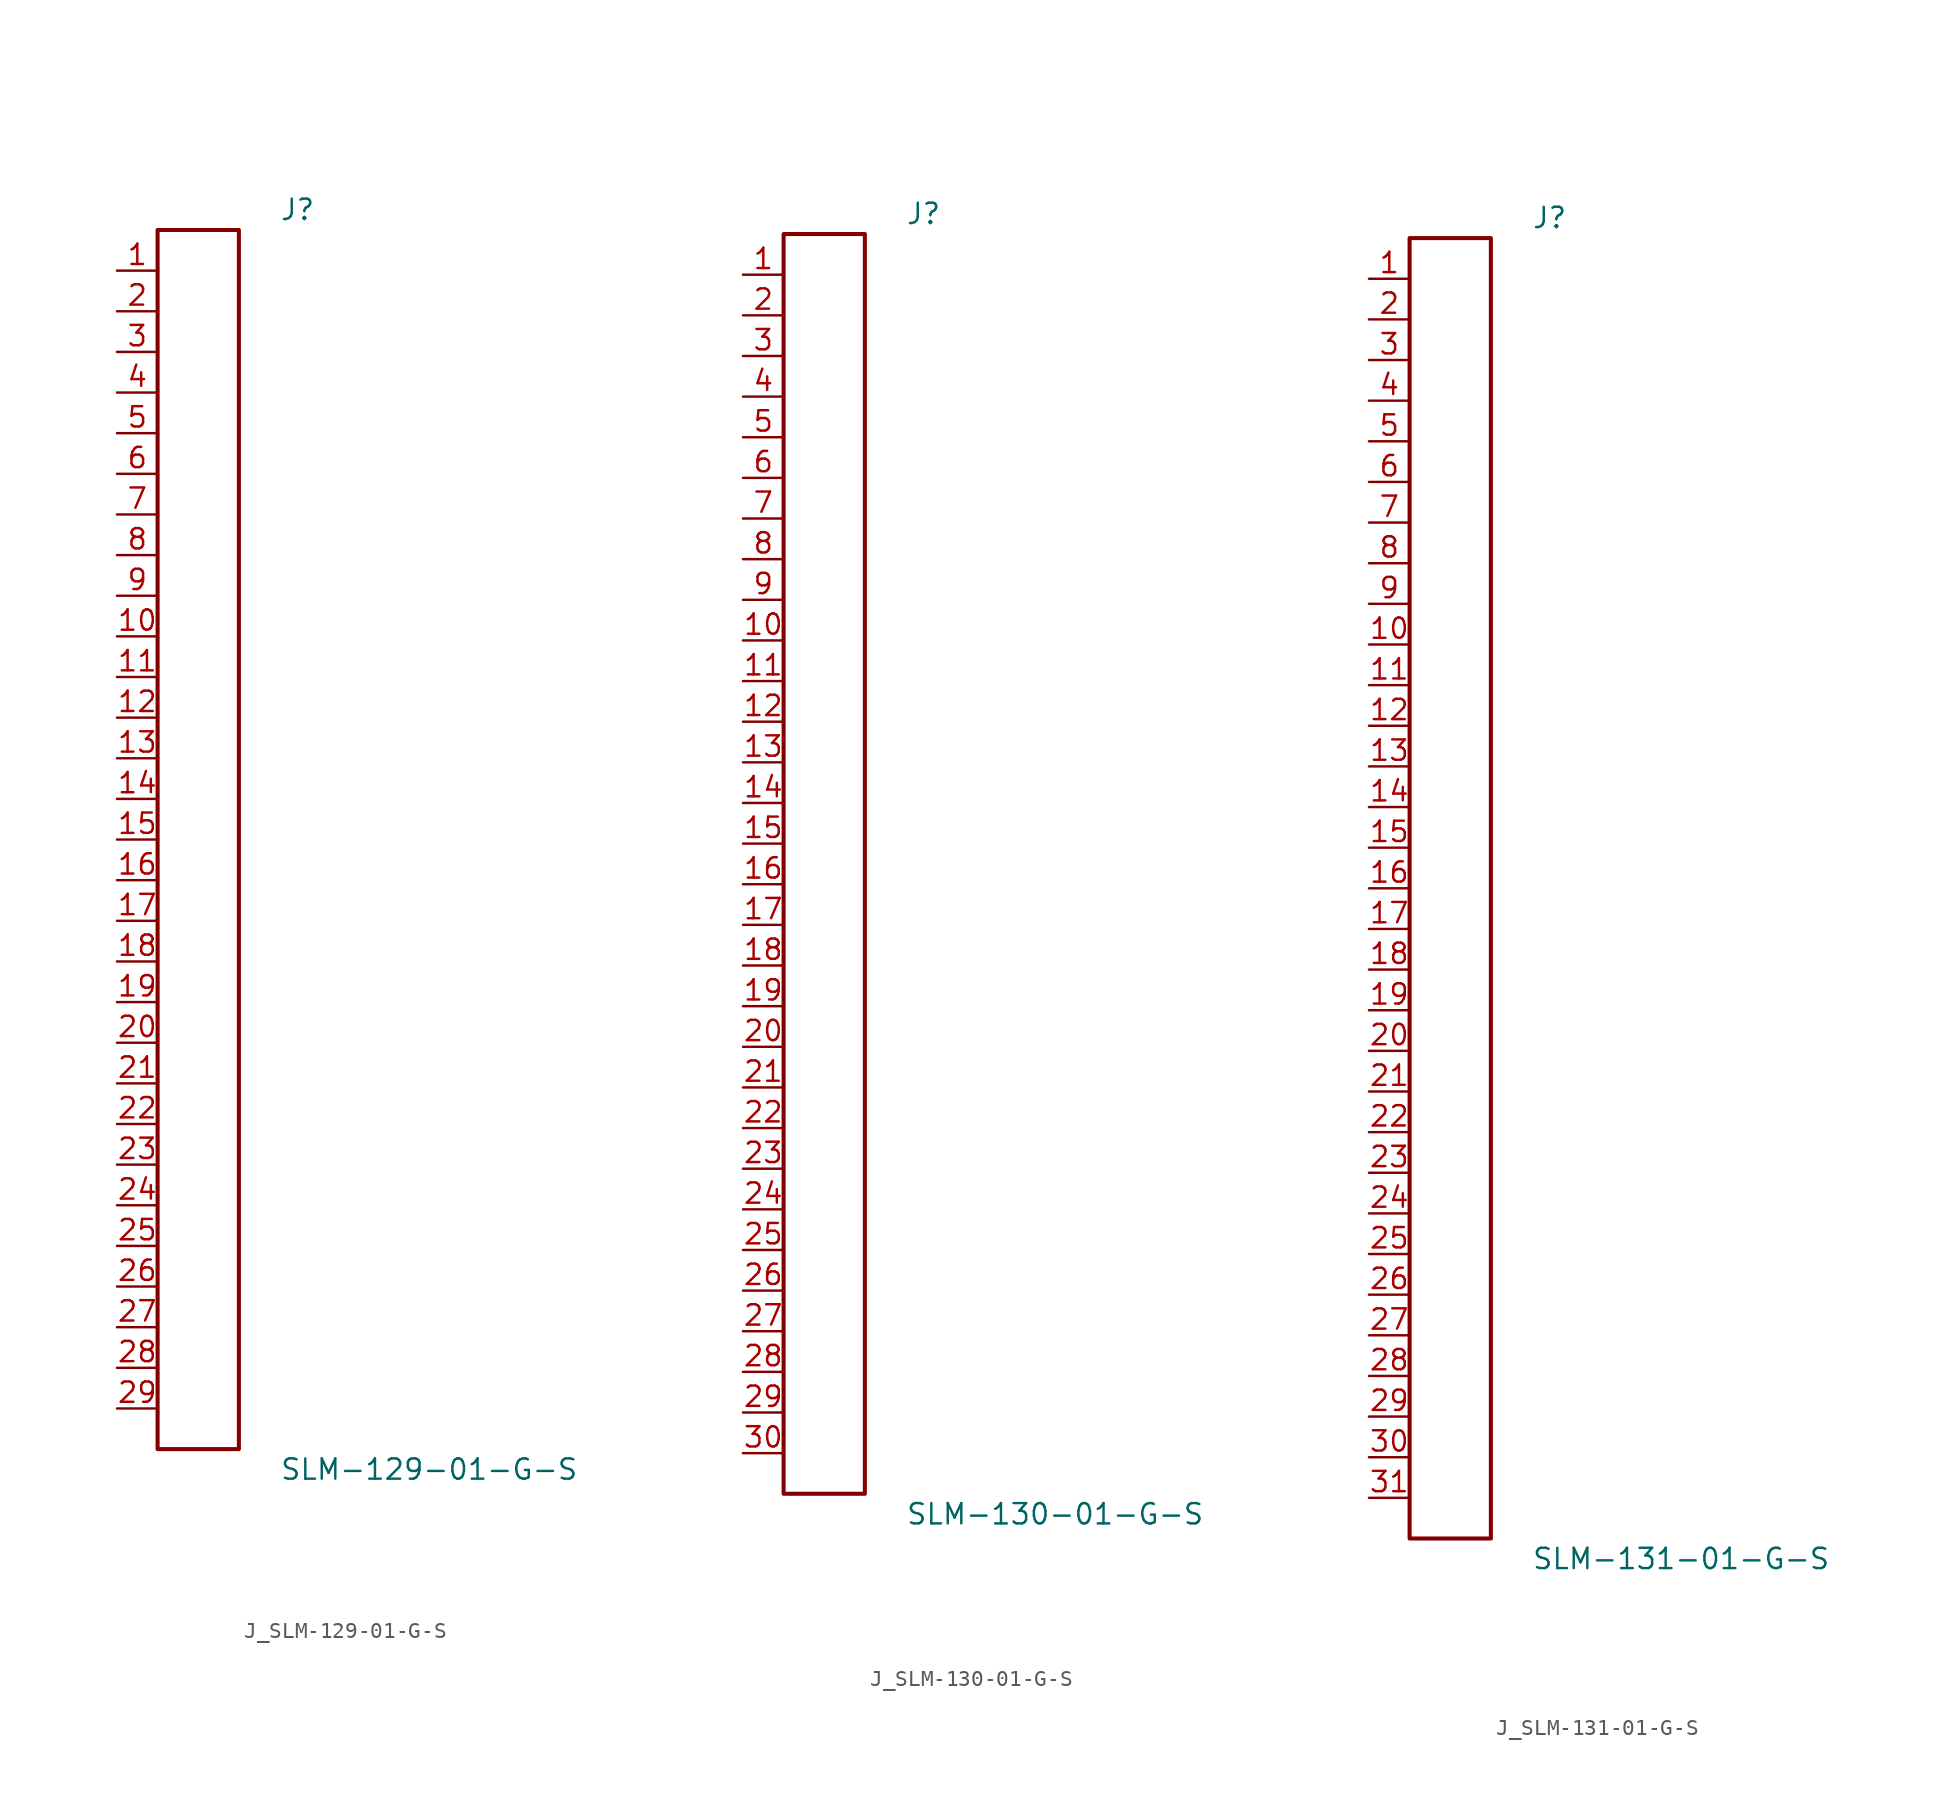
<source format=kicad_sym>
(kicad_symbol_lib
  (version 20231120)
  (generator kicad_symbol_editor)
  (generator_version 8.0)
  (symbol "J_SLM-129-01-G-S"
    (pin_names
      (offset 0.254))
    (property "Reference" "J"
      (at 5.08 39.37 0)
      (effects (font (size 1.27 1.27)) (justify left)))
    (property "Value" "SLM-129-01-G-S"
      (at 5.08 -39.37 0)
      (effects (font (size 1.27 1.27)) (justify left)))
    (symbol "J_SLM-129-01-G-S_0_0"
      (pin passive line (at -5.08 35.56 0) (length 2.54) (name "" (effects (font (size 1.27 1.27)))) (number "1" (effects (font (size 1.27 1.27)))))
      (pin passive line (at -5.08 33.02 0) (length 2.54) (name "" (effects (font (size 1.27 1.27)))) (number "2" (effects (font (size 1.27 1.27)))))
      (pin passive line (at -5.08 30.48 0) (length 2.54) (name "" (effects (font (size 1.27 1.27)))) (number "3" (effects (font (size 1.27 1.27)))))
      (pin passive line (at -5.08 27.94 0) (length 2.54) (name "" (effects (font (size 1.27 1.27)))) (number "4" (effects (font (size 1.27 1.27)))))
      (pin passive line (at -5.08 25.4 0) (length 2.54) (name "" (effects (font (size 1.27 1.27)))) (number "5" (effects (font (size 1.27 1.27)))))
      (pin passive line (at -5.08 22.86 0) (length 2.54) (name "" (effects (font (size 1.27 1.27)))) (number "6" (effects (font (size 1.27 1.27)))))
      (pin passive line (at -5.08 20.32 0) (length 2.54) (name "" (effects (font (size 1.27 1.27)))) (number "7" (effects (font (size 1.27 1.27)))))
      (pin passive line (at -5.08 17.78 0) (length 2.54) (name "" (effects (font (size 1.27 1.27)))) (number "8" (effects (font (size 1.27 1.27)))))
      (pin passive line (at -5.08 15.24 0) (length 2.54) (name "" (effects (font (size 1.27 1.27)))) (number "9" (effects (font (size 1.27 1.27)))))
      (pin passive line (at -5.08 12.7 0) (length 2.54) (name "" (effects (font (size 1.27 1.27)))) (number "10" (effects (font (size 1.27 1.27)))))
      (pin passive line (at -5.08 10.16 0) (length 2.54) (name "" (effects (font (size 1.27 1.27)))) (number "11" (effects (font (size 1.27 1.27)))))
      (pin passive line (at -5.08 7.62 0) (length 2.54) (name "" (effects (font (size 1.27 1.27)))) (number "12" (effects (font (size 1.27 1.27)))))
      (pin passive line (at -5.08 5.08 0) (length 2.54) (name "" (effects (font (size 1.27 1.27)))) (number "13" (effects (font (size 1.27 1.27)))))
      (pin passive line (at -5.08 2.54 0) (length 2.54) (name "" (effects (font (size 1.27 1.27)))) (number "14" (effects (font (size 1.27 1.27)))))
      (pin passive line (at -5.08 0.0 0) (length 2.54) (name "" (effects (font (size 1.27 1.27)))) (number "15" (effects (font (size 1.27 1.27)))))
      (pin passive line (at -5.08 -2.54 0) (length 2.54) (name "" (effects (font (size 1.27 1.27)))) (number "16" (effects (font (size 1.27 1.27)))))
      (pin passive line (at -5.08 -5.08 0) (length 2.54) (name "" (effects (font (size 1.27 1.27)))) (number "17" (effects (font (size 1.27 1.27)))))
      (pin passive line (at -5.08 -7.62 0) (length 2.54) (name "" (effects (font (size 1.27 1.27)))) (number "18" (effects (font (size 1.27 1.27)))))
      (pin passive line (at -5.08 -10.16 0) (length 2.54) (name "" (effects (font (size 1.27 1.27)))) (number "19" (effects (font (size 1.27 1.27)))))
      (pin passive line (at -5.08 -12.7 0) (length 2.54) (name "" (effects (font (size 1.27 1.27)))) (number "20" (effects (font (size 1.27 1.27)))))
      (pin passive line (at -5.08 -15.24 0) (length 2.54) (name "" (effects (font (size 1.27 1.27)))) (number "21" (effects (font (size 1.27 1.27)))))
      (pin passive line (at -5.08 -17.78 0) (length 2.54) (name "" (effects (font (size 1.27 1.27)))) (number "22" (effects (font (size 1.27 1.27)))))
      (pin passive line (at -5.08 -20.32 0) (length 2.54) (name "" (effects (font (size 1.27 1.27)))) (number "23" (effects (font (size 1.27 1.27)))))
      (pin passive line (at -5.08 -22.86 0) (length 2.54) (name "" (effects (font (size 1.27 1.27)))) (number "24" (effects (font (size 1.27 1.27)))))
      (pin passive line (at -5.08 -25.4 0) (length 2.54) (name "" (effects (font (size 1.27 1.27)))) (number "25" (effects (font (size 1.27 1.27)))))
      (pin passive line (at -5.08 -27.94 0) (length 2.54) (name "" (effects (font (size 1.27 1.27)))) (number "26" (effects (font (size 1.27 1.27)))))
      (pin passive line (at -5.08 -30.48 0) (length 2.54) (name "" (effects (font (size 1.27 1.27)))) (number "27" (effects (font (size 1.27 1.27)))))
      (pin passive line (at -5.08 -33.02 0) (length 2.54) (name "" (effects (font (size 1.27 1.27)))) (number "28" (effects (font (size 1.27 1.27)))))
      (pin passive line (at -5.08 -35.56 0) (length 2.54) (name "" (effects (font (size 1.27 1.27)))) (number "29" (effects (font (size 1.27 1.27))))))
    (symbol "J_SLM-129-01-G-S_1_0"
      (rectangle (start -2.54 38.1) (end 2.54 -38.1) (stroke (width 0.254) (type solid)) (fill (type none)))))
  (symbol "J_SLM-130-01-G-S"
    (pin_names
      (offset 0.254))
    (property "Reference" "J"
      (at 5.08 40.64 0)
      (effects (font (size 1.27 1.27)) (justify left)))
    (property "Value" "SLM-130-01-G-S"
      (at 5.08 -40.64 0)
      (effects (font (size 1.27 1.27)) (justify left)))
    (symbol "J_SLM-130-01-G-S_0_0"
      (pin passive line (at -5.08 36.83 0) (length 2.54) (name "" (effects (font (size 1.27 1.27)))) (number "1" (effects (font (size 1.27 1.27)))))
      (pin passive line (at -5.08 34.29 0) (length 2.54) (name "" (effects (font (size 1.27 1.27)))) (number "2" (effects (font (size 1.27 1.27)))))
      (pin passive line (at -5.08 31.75 0) (length 2.54) (name "" (effects (font (size 1.27 1.27)))) (number "3" (effects (font (size 1.27 1.27)))))
      (pin passive line (at -5.08 29.21 0) (length 2.54) (name "" (effects (font (size 1.27 1.27)))) (number "4" (effects (font (size 1.27 1.27)))))
      (pin passive line (at -5.08 26.67 0) (length 2.54) (name "" (effects (font (size 1.27 1.27)))) (number "5" (effects (font (size 1.27 1.27)))))
      (pin passive line (at -5.08 24.13 0) (length 2.54) (name "" (effects (font (size 1.27 1.27)))) (number "6" (effects (font (size 1.27 1.27)))))
      (pin passive line (at -5.08 21.59 0) (length 2.54) (name "" (effects (font (size 1.27 1.27)))) (number "7" (effects (font (size 1.27 1.27)))))
      (pin passive line (at -5.08 19.05 0) (length 2.54) (name "" (effects (font (size 1.27 1.27)))) (number "8" (effects (font (size 1.27 1.27)))))
      (pin passive line (at -5.08 16.51 0) (length 2.54) (name "" (effects (font (size 1.27 1.27)))) (number "9" (effects (font (size 1.27 1.27)))))
      (pin passive line (at -5.08 13.97 0) (length 2.54) (name "" (effects (font (size 1.27 1.27)))) (number "10" (effects (font (size 1.27 1.27)))))
      (pin passive line (at -5.08 11.43 0) (length 2.54) (name "" (effects (font (size 1.27 1.27)))) (number "11" (effects (font (size 1.27 1.27)))))
      (pin passive line (at -5.08 8.89 0) (length 2.54) (name "" (effects (font (size 1.27 1.27)))) (number "12" (effects (font (size 1.27 1.27)))))
      (pin passive line (at -5.08 6.35 0) (length 2.54) (name "" (effects (font (size 1.27 1.27)))) (number "13" (effects (font (size 1.27 1.27)))))
      (pin passive line (at -5.08 3.81 0) (length 2.54) (name "" (effects (font (size 1.27 1.27)))) (number "14" (effects (font (size 1.27 1.27)))))
      (pin passive line (at -5.08 1.27 0) (length 2.54) (name "" (effects (font (size 1.27 1.27)))) (number "15" (effects (font (size 1.27 1.27)))))
      (pin passive line (at -5.08 -1.27 0) (length 2.54) (name "" (effects (font (size 1.27 1.27)))) (number "16" (effects (font (size 1.27 1.27)))))
      (pin passive line (at -5.08 -3.81 0) (length 2.54) (name "" (effects (font (size 1.27 1.27)))) (number "17" (effects (font (size 1.27 1.27)))))
      (pin passive line (at -5.08 -6.35 0) (length 2.54) (name "" (effects (font (size 1.27 1.27)))) (number "18" (effects (font (size 1.27 1.27)))))
      (pin passive line (at -5.08 -8.89 0) (length 2.54) (name "" (effects (font (size 1.27 1.27)))) (number "19" (effects (font (size 1.27 1.27)))))
      (pin passive line (at -5.08 -11.43 0) (length 2.54) (name "" (effects (font (size 1.27 1.27)))) (number "20" (effects (font (size 1.27 1.27)))))
      (pin passive line (at -5.08 -13.97 0) (length 2.54) (name "" (effects (font (size 1.27 1.27)))) (number "21" (effects (font (size 1.27 1.27)))))
      (pin passive line (at -5.08 -16.51 0) (length 2.54) (name "" (effects (font (size 1.27 1.27)))) (number "22" (effects (font (size 1.27 1.27)))))
      (pin passive line (at -5.08 -19.05 0) (length 2.54) (name "" (effects (font (size 1.27 1.27)))) (number "23" (effects (font (size 1.27 1.27)))))
      (pin passive line (at -5.08 -21.59 0) (length 2.54) (name "" (effects (font (size 1.27 1.27)))) (number "24" (effects (font (size 1.27 1.27)))))
      (pin passive line (at -5.08 -24.13 0) (length 2.54) (name "" (effects (font (size 1.27 1.27)))) (number "25" (effects (font (size 1.27 1.27)))))
      (pin passive line (at -5.08 -26.67 0) (length 2.54) (name "" (effects (font (size 1.27 1.27)))) (number "26" (effects (font (size 1.27 1.27)))))
      (pin passive line (at -5.08 -29.21 0) (length 2.54) (name "" (effects (font (size 1.27 1.27)))) (number "27" (effects (font (size 1.27 1.27)))))
      (pin passive line (at -5.08 -31.75 0) (length 2.54) (name "" (effects (font (size 1.27 1.27)))) (number "28" (effects (font (size 1.27 1.27)))))
      (pin passive line (at -5.08 -34.29 0) (length 2.54) (name "" (effects (font (size 1.27 1.27)))) (number "29" (effects (font (size 1.27 1.27)))))
      (pin passive line (at -5.08 -36.83 0) (length 2.54) (name "" (effects (font (size 1.27 1.27)))) (number "30" (effects (font (size 1.27 1.27))))))
    (symbol "J_SLM-130-01-G-S_1_0"
      (rectangle (start -2.54 39.37) (end 2.54 -39.37) (stroke (width 0.254) (type solid)) (fill (type none)))))
  (symbol "J_SLM-131-01-G-S"
    (pin_names
      (offset 0.254))
    (property "Reference" "J"
      (at 5.08 41.91 0)
      (effects (font (size 1.27 1.27)) (justify left)))
    (property "Value" "SLM-131-01-G-S"
      (at 5.08 -41.91 0)
      (effects (font (size 1.27 1.27)) (justify left)))
    (symbol "J_SLM-131-01-G-S_0_0"
      (pin passive line (at -5.08 38.1 0) (length 2.54) (name "" (effects (font (size 1.27 1.27)))) (number "1" (effects (font (size 1.27 1.27)))))
      (pin passive line (at -5.08 35.56 0) (length 2.54) (name "" (effects (font (size 1.27 1.27)))) (number "2" (effects (font (size 1.27 1.27)))))
      (pin passive line (at -5.08 33.02 0) (length 2.54) (name "" (effects (font (size 1.27 1.27)))) (number "3" (effects (font (size 1.27 1.27)))))
      (pin passive line (at -5.08 30.48 0) (length 2.54) (name "" (effects (font (size 1.27 1.27)))) (number "4" (effects (font (size 1.27 1.27)))))
      (pin passive line (at -5.08 27.94 0) (length 2.54) (name "" (effects (font (size 1.27 1.27)))) (number "5" (effects (font (size 1.27 1.27)))))
      (pin passive line (at -5.08 25.4 0) (length 2.54) (name "" (effects (font (size 1.27 1.27)))) (number "6" (effects (font (size 1.27 1.27)))))
      (pin passive line (at -5.08 22.86 0) (length 2.54) (name "" (effects (font (size 1.27 1.27)))) (number "7" (effects (font (size 1.27 1.27)))))
      (pin passive line (at -5.08 20.32 0) (length 2.54) (name "" (effects (font (size 1.27 1.27)))) (number "8" (effects (font (size 1.27 1.27)))))
      (pin passive line (at -5.08 17.78 0) (length 2.54) (name "" (effects (font (size 1.27 1.27)))) (number "9" (effects (font (size 1.27 1.27)))))
      (pin passive line (at -5.08 15.24 0) (length 2.54) (name "" (effects (font (size 1.27 1.27)))) (number "10" (effects (font (size 1.27 1.27)))))
      (pin passive line (at -5.08 12.7 0) (length 2.54) (name "" (effects (font (size 1.27 1.27)))) (number "11" (effects (font (size 1.27 1.27)))))
      (pin passive line (at -5.08 10.16 0) (length 2.54) (name "" (effects (font (size 1.27 1.27)))) (number "12" (effects (font (size 1.27 1.27)))))
      (pin passive line (at -5.08 7.62 0) (length 2.54) (name "" (effects (font (size 1.27 1.27)))) (number "13" (effects (font (size 1.27 1.27)))))
      (pin passive line (at -5.08 5.08 0) (length 2.54) (name "" (effects (font (size 1.27 1.27)))) (number "14" (effects (font (size 1.27 1.27)))))
      (pin passive line (at -5.08 2.54 0) (length 2.54) (name "" (effects (font (size 1.27 1.27)))) (number "15" (effects (font (size 1.27 1.27)))))
      (pin passive line (at -5.08 0.0 0) (length 2.54) (name "" (effects (font (size 1.27 1.27)))) (number "16" (effects (font (size 1.27 1.27)))))
      (pin passive line (at -5.08 -2.54 0) (length 2.54) (name "" (effects (font (size 1.27 1.27)))) (number "17" (effects (font (size 1.27 1.27)))))
      (pin passive line (at -5.08 -5.08 0) (length 2.54) (name "" (effects (font (size 1.27 1.27)))) (number "18" (effects (font (size 1.27 1.27)))))
      (pin passive line (at -5.08 -7.62 0) (length 2.54) (name "" (effects (font (size 1.27 1.27)))) (number "19" (effects (font (size 1.27 1.27)))))
      (pin passive line (at -5.08 -10.16 0) (length 2.54) (name "" (effects (font (size 1.27 1.27)))) (number "20" (effects (font (size 1.27 1.27)))))
      (pin passive line (at -5.08 -12.7 0) (length 2.54) (name "" (effects (font (size 1.27 1.27)))) (number "21" (effects (font (size 1.27 1.27)))))
      (pin passive line (at -5.08 -15.24 0) (length 2.54) (name "" (effects (font (size 1.27 1.27)))) (number "22" (effects (font (size 1.27 1.27)))))
      (pin passive line (at -5.08 -17.78 0) (length 2.54) (name "" (effects (font (size 1.27 1.27)))) (number "23" (effects (font (size 1.27 1.27)))))
      (pin passive line (at -5.08 -20.32 0) (length 2.54) (name "" (effects (font (size 1.27 1.27)))) (number "24" (effects (font (size 1.27 1.27)))))
      (pin passive line (at -5.08 -22.86 0) (length 2.54) (name "" (effects (font (size 1.27 1.27)))) (number "25" (effects (font (size 1.27 1.27)))))
      (pin passive line (at -5.08 -25.4 0) (length 2.54) (name "" (effects (font (size 1.27 1.27)))) (number "26" (effects (font (size 1.27 1.27)))))
      (pin passive line (at -5.08 -27.94 0) (length 2.54) (name "" (effects (font (size 1.27 1.27)))) (number "27" (effects (font (size 1.27 1.27)))))
      (pin passive line (at -5.08 -30.48 0) (length 2.54) (name "" (effects (font (size 1.27 1.27)))) (number "28" (effects (font (size 1.27 1.27)))))
      (pin passive line (at -5.08 -33.02 0) (length 2.54) (name "" (effects (font (size 1.27 1.27)))) (number "29" (effects (font (size 1.27 1.27)))))
      (pin passive line (at -5.08 -35.56 0) (length 2.54) (name "" (effects (font (size 1.27 1.27)))) (number "30" (effects (font (size 1.27 1.27)))))
      (pin passive line (at -5.08 -38.1 0) (length 2.54) (name "" (effects (font (size 1.27 1.27)))) (number "31" (effects (font (size 1.27 1.27))))))
    (symbol "J_SLM-131-01-G-S_1_0"
      (rectangle (start -2.54 40.64) (end 2.54 -40.64) (stroke (width 0.254) (type solid)) (fill (type none))))))
</source>
